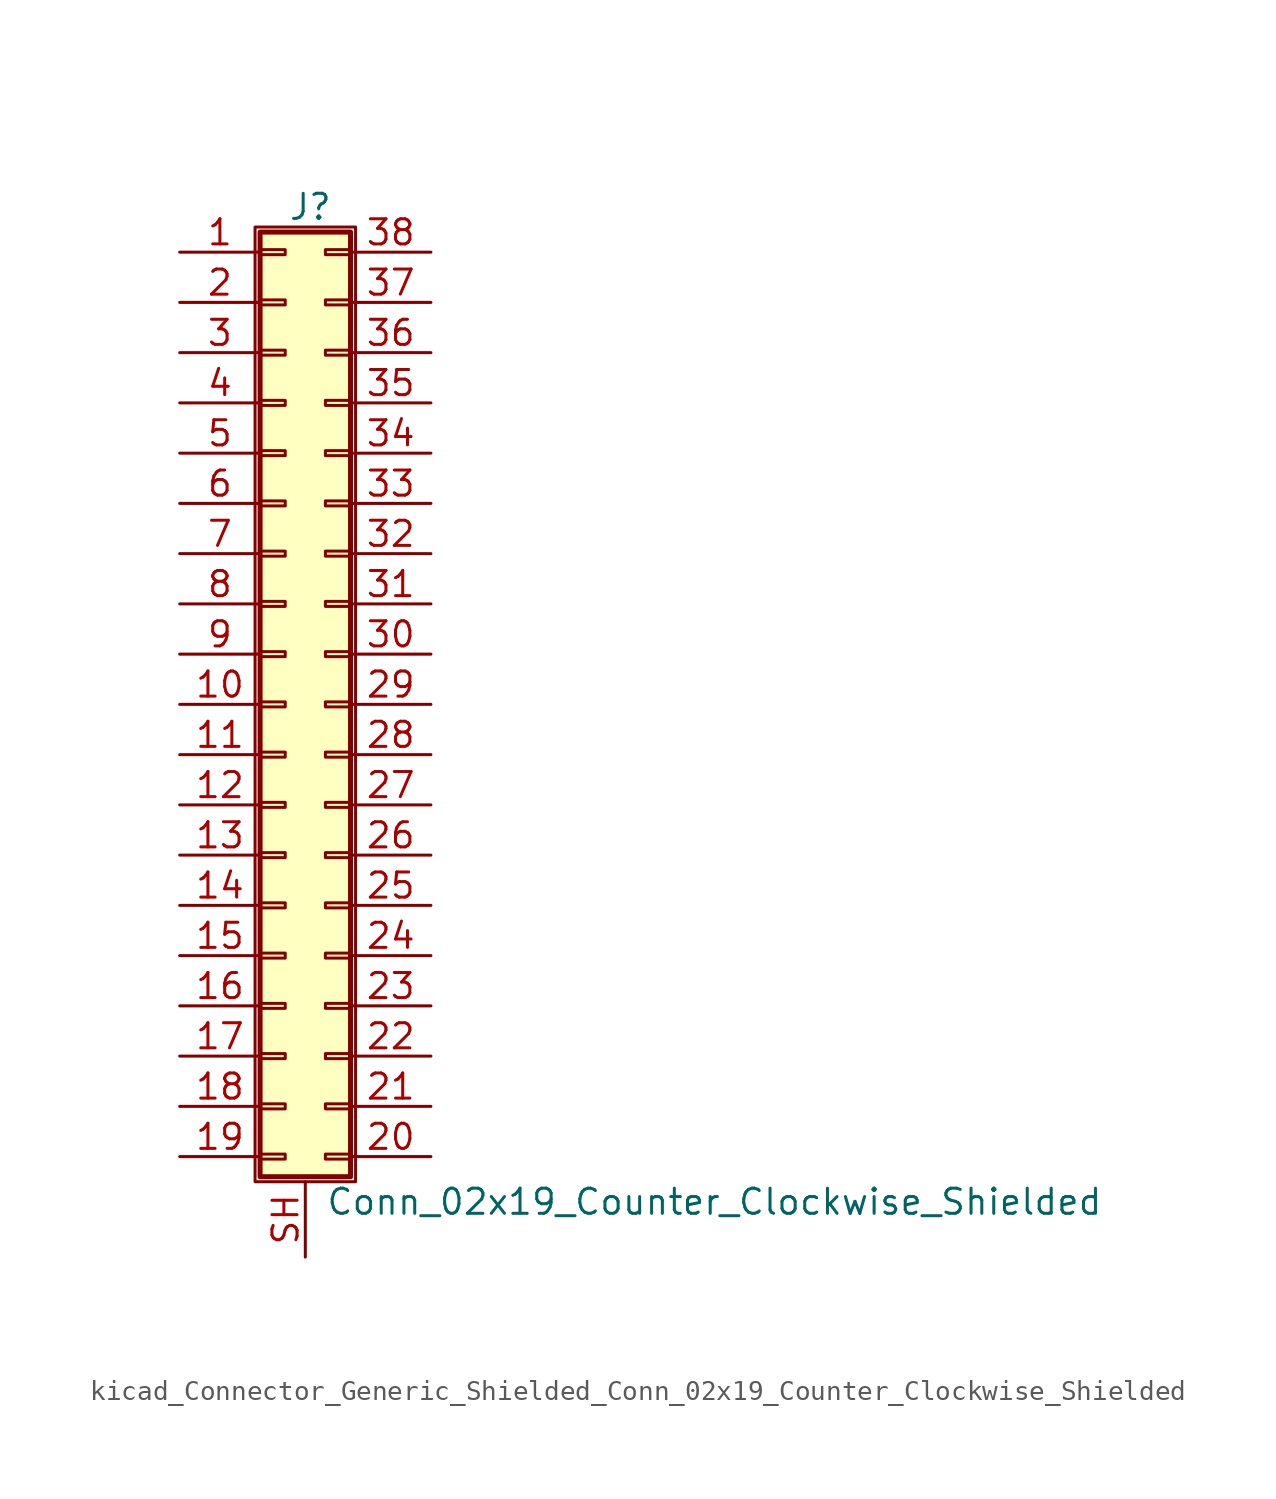
<source format=kicad_sym>
(kicad_symbol_lib
  (version 20220914)
  (generator kicad_symbol_editor)
  (symbol "kicad_Connector_Generic_Shielded_Conn_02x19_Counter_Clockwise_Shielded"
    (pin_names
      (offset 1.016) hide)
    (property "Reference" "J"
      (at 1.524 25.146 0)
      (effects (font (size 1.27 1.27))))
    (property "Value" "Conn_02x19_Counter_Clockwise_Shielded"
      (at 2.286 -25.146 0)
      (effects (font (size 1.27 1.27)) (justify left)))
    (symbol "kicad_Connector_Generic_Shielded_Conn_02x19_Counter_Clockwise_Shielded_1_1"
      (rectangle (start -1.27 24.13) (end 3.81 -24.13) (stroke (width 0.152) (type default)) (fill (type none)))
      (rectangle (start -1.016 -22.733) (end 0.254 -22.987) (stroke (width 0.152) (type default)) (fill (type none)))
      (rectangle (start -1.016 -20.193) (end 0.254 -20.447) (stroke (width 0.152) (type default)) (fill (type none)))
      (rectangle (start -1.016 -17.653) (end 0.254 -17.907) (stroke (width 0.152) (type default)) (fill (type none)))
      (rectangle (start -1.016 -15.113) (end 0.254 -15.367) (stroke (width 0.152) (type default)) (fill (type none)))
      (rectangle (start -1.016 -12.573) (end 0.254 -12.827) (stroke (width 0.152) (type default)) (fill (type none)))
      (rectangle (start -1.016 -10.033) (end 0.254 -10.287) (stroke (width 0.152) (type default)) (fill (type none)))
      (rectangle (start -1.016 -7.493) (end 0.254 -7.747) (stroke (width 0.152) (type default)) (fill (type none)))
      (rectangle (start -1.016 -4.953) (end 0.254 -5.207) (stroke (width 0.152) (type default)) (fill (type none)))
      (rectangle (start -1.016 -2.413) (end 0.254 -2.667) (stroke (width 0.152) (type default)) (fill (type none)))
      (rectangle (start -1.016 0.127) (end 0.254 -0.127) (stroke (width 0.152) (type default)) (fill (type none)))
      (rectangle (start -1.016 2.667) (end 0.254 2.413) (stroke (width 0.152) (type default)) (fill (type none)))
      (rectangle (start -1.016 5.207) (end 0.254 4.953) (stroke (width 0.152) (type default)) (fill (type none)))
      (rectangle (start -1.016 7.747) (end 0.254 7.493) (stroke (width 0.152) (type default)) (fill (type none)))
      (rectangle (start -1.016 10.287) (end 0.254 10.033) (stroke (width 0.152) (type default)) (fill (type none)))
      (rectangle (start -1.016 12.827) (end 0.254 12.573) (stroke (width 0.152) (type default)) (fill (type none)))
      (rectangle (start -1.016 15.367) (end 0.254 15.113) (stroke (width 0.152) (type default)) (fill (type none)))
      (rectangle (start -1.016 17.907) (end 0.254 17.653) (stroke (width 0.152) (type default)) (fill (type none)))
      (rectangle (start -1.016 20.447) (end 0.254 20.193) (stroke (width 0.152) (type default)) (fill (type none)))
      (rectangle (start -1.016 22.987) (end 0.254 22.733) (stroke (width 0.152) (type default)) (fill (type none)))
      (rectangle (start -1.016 23.876) (end 3.556 -23.876) (stroke (width 0.254) (type default)) (fill (type background)))
      (rectangle (start 3.556 -22.733) (end 2.286 -22.987) (stroke (width 0.152) (type default)) (fill (type none)))
      (rectangle (start 3.556 -20.193) (end 2.286 -20.447) (stroke (width 0.152) (type default)) (fill (type none)))
      (rectangle (start 3.556 -17.653) (end 2.286 -17.907) (stroke (width 0.152) (type default)) (fill (type none)))
      (rectangle (start 3.556 -15.113) (end 2.286 -15.367) (stroke (width 0.152) (type default)) (fill (type none)))
      (rectangle (start 3.556 -12.573) (end 2.286 -12.827) (stroke (width 0.152) (type default)) (fill (type none)))
      (rectangle (start 3.556 -10.033) (end 2.286 -10.287) (stroke (width 0.152) (type default)) (fill (type none)))
      (rectangle (start 3.556 -7.493) (end 2.286 -7.747) (stroke (width 0.152) (type default)) (fill (type none)))
      (rectangle (start 3.556 -4.953) (end 2.286 -5.207) (stroke (width 0.152) (type default)) (fill (type none)))
      (rectangle (start 3.556 -2.413) (end 2.286 -2.667) (stroke (width 0.152) (type default)) (fill (type none)))
      (rectangle (start 3.556 0.127) (end 2.286 -0.127) (stroke (width 0.152) (type default)) (fill (type none)))
      (rectangle (start 3.556 2.667) (end 2.286 2.413) (stroke (width 0.152) (type default)) (fill (type none)))
      (rectangle (start 3.556 5.207) (end 2.286 4.953) (stroke (width 0.152) (type default)) (fill (type none)))
      (rectangle (start 3.556 7.747) (end 2.286 7.493) (stroke (width 0.152) (type default)) (fill (type none)))
      (rectangle (start 3.556 10.287) (end 2.286 10.033) (stroke (width 0.152) (type default)) (fill (type none)))
      (rectangle (start 3.556 12.827) (end 2.286 12.573) (stroke (width 0.152) (type default)) (fill (type none)))
      (rectangle (start 3.556 15.367) (end 2.286 15.113) (stroke (width 0.152) (type default)) (fill (type none)))
      (rectangle (start 3.556 17.907) (end 2.286 17.653) (stroke (width 0.152) (type default)) (fill (type none)))
      (rectangle (start 3.556 20.447) (end 2.286 20.193) (stroke (width 0.152) (type default)) (fill (type none)))
      (rectangle (start 3.556 22.987) (end 2.286 22.733) (stroke (width 0.152) (type default)) (fill (type none)))
      (pin passive line (at -5.08 22.86 0) (length 4.064) (name "Pin_1" (effects (font (size 1.27 1.27)))) (number "1" (effects (font (size 1.27 1.27)))))
      (pin passive line (at -5.08 0 0) (length 4.064) (name "Pin_10" (effects (font (size 1.27 1.27)))) (number "10" (effects (font (size 1.27 1.27)))))
      (pin passive line (at -5.08 -2.54 0) (length 4.064) (name "Pin_11" (effects (font (size 1.27 1.27)))) (number "11" (effects (font (size 1.27 1.27)))))
      (pin passive line (at -5.08 -5.08 0) (length 4.064) (name "Pin_12" (effects (font (size 1.27 1.27)))) (number "12" (effects (font (size 1.27 1.27)))))
      (pin passive line (at -5.08 -7.62 0) (length 4.064) (name "Pin_13" (effects (font (size 1.27 1.27)))) (number "13" (effects (font (size 1.27 1.27)))))
      (pin passive line (at -5.08 -10.16 0) (length 4.064) (name "Pin_14" (effects (font (size 1.27 1.27)))) (number "14" (effects (font (size 1.27 1.27)))))
      (pin passive line (at -5.08 -12.7 0) (length 4.064) (name "Pin_15" (effects (font (size 1.27 1.27)))) (number "15" (effects (font (size 1.27 1.27)))))
      (pin passive line (at -5.08 -15.24 0) (length 4.064) (name "Pin_16" (effects (font (size 1.27 1.27)))) (number "16" (effects (font (size 1.27 1.27)))))
      (pin passive line (at -5.08 -17.78 0) (length 4.064) (name "Pin_17" (effects (font (size 1.27 1.27)))) (number "17" (effects (font (size 1.27 1.27)))))
      (pin passive line (at -5.08 -20.32 0) (length 4.064) (name "Pin_18" (effects (font (size 1.27 1.27)))) (number "18" (effects (font (size 1.27 1.27)))))
      (pin passive line (at -5.08 -22.86 0) (length 4.064) (name "Pin_19" (effects (font (size 1.27 1.27)))) (number "19" (effects (font (size 1.27 1.27)))))
      (pin passive line (at -5.08 20.32 0) (length 4.064) (name "Pin_2" (effects (font (size 1.27 1.27)))) (number "2" (effects (font (size 1.27 1.27)))))
      (pin passive line (at 7.62 -22.86 180) (length 4.064) (name "Pin_20" (effects (font (size 1.27 1.27)))) (number "20" (effects (font (size 1.27 1.27)))))
      (pin passive line (at 7.62 -20.32 180) (length 4.064) (name "Pin_21" (effects (font (size 1.27 1.27)))) (number "21" (effects (font (size 1.27 1.27)))))
      (pin passive line (at 7.62 -17.78 180) (length 4.064) (name "Pin_22" (effects (font (size 1.27 1.27)))) (number "22" (effects (font (size 1.27 1.27)))))
      (pin passive line (at 7.62 -15.24 180) (length 4.064) (name "Pin_23" (effects (font (size 1.27 1.27)))) (number "23" (effects (font (size 1.27 1.27)))))
      (pin passive line (at 7.62 -12.7 180) (length 4.064) (name "Pin_24" (effects (font (size 1.27 1.27)))) (number "24" (effects (font (size 1.27 1.27)))))
      (pin passive line (at 7.62 -10.16 180) (length 4.064) (name "Pin_25" (effects (font (size 1.27 1.27)))) (number "25" (effects (font (size 1.27 1.27)))))
      (pin passive line (at 7.62 -7.62 180) (length 4.064) (name "Pin_26" (effects (font (size 1.27 1.27)))) (number "26" (effects (font (size 1.27 1.27)))))
      (pin passive line (at 7.62 -5.08 180) (length 4.064) (name "Pin_27" (effects (font (size 1.27 1.27)))) (number "27" (effects (font (size 1.27 1.27)))))
      (pin passive line (at 7.62 -2.54 180) (length 4.064) (name "Pin_28" (effects (font (size 1.27 1.27)))) (number "28" (effects (font (size 1.27 1.27)))))
      (pin passive line (at 7.62 0 180) (length 4.064) (name "Pin_29" (effects (font (size 1.27 1.27)))) (number "29" (effects (font (size 1.27 1.27)))))
      (pin passive line (at -5.08 17.78 0) (length 4.064) (name "Pin_3" (effects (font (size 1.27 1.27)))) (number "3" (effects (font (size 1.27 1.27)))))
      (pin passive line (at 7.62 2.54 180) (length 4.064) (name "Pin_30" (effects (font (size 1.27 1.27)))) (number "30" (effects (font (size 1.27 1.27)))))
      (pin passive line (at 7.62 5.08 180) (length 4.064) (name "Pin_31" (effects (font (size 1.27 1.27)))) (number "31" (effects (font (size 1.27 1.27)))))
      (pin passive line (at 7.62 7.62 180) (length 4.064) (name "Pin_32" (effects (font (size 1.27 1.27)))) (number "32" (effects (font (size 1.27 1.27)))))
      (pin passive line (at 7.62 10.16 180) (length 4.064) (name "Pin_33" (effects (font (size 1.27 1.27)))) (number "33" (effects (font (size 1.27 1.27)))))
      (pin passive line (at 7.62 12.7 180) (length 4.064) (name "Pin_34" (effects (font (size 1.27 1.27)))) (number "34" (effects (font (size 1.27 1.27)))))
      (pin passive line (at 7.62 15.24 180) (length 4.064) (name "Pin_35" (effects (font (size 1.27 1.27)))) (number "35" (effects (font (size 1.27 1.27)))))
      (pin passive line (at 7.62 17.78 180) (length 4.064) (name "Pin_36" (effects (font (size 1.27 1.27)))) (number "36" (effects (font (size 1.27 1.27)))))
      (pin passive line (at 7.62 20.32 180) (length 4.064) (name "Pin_37" (effects (font (size 1.27 1.27)))) (number "37" (effects (font (size 1.27 1.27)))))
      (pin passive line (at 7.62 22.86 180) (length 4.064) (name "Pin_38" (effects (font (size 1.27 1.27)))) (number "38" (effects (font (size 1.27 1.27)))))
      (pin passive line (at -5.08 15.24 0) (length 4.064) (name "Pin_4" (effects (font (size 1.27 1.27)))) (number "4" (effects (font (size 1.27 1.27)))))
      (pin passive line (at -5.08 12.7 0) (length 4.064) (name "Pin_5" (effects (font (size 1.27 1.27)))) (number "5" (effects (font (size 1.27 1.27)))))
      (pin passive line (at -5.08 10.16 0) (length 4.064) (name "Pin_6" (effects (font (size 1.27 1.27)))) (number "6" (effects (font (size 1.27 1.27)))))
      (pin passive line (at -5.08 7.62 0) (length 4.064) (name "Pin_7" (effects (font (size 1.27 1.27)))) (number "7" (effects (font (size 1.27 1.27)))))
      (pin passive line (at -5.08 5.08 0) (length 4.064) (name "Pin_8" (effects (font (size 1.27 1.27)))) (number "8" (effects (font (size 1.27 1.27)))))
      (pin passive line (at -5.08 2.54 0) (length 4.064) (name "Pin_9" (effects (font (size 1.27 1.27)))) (number "9" (effects (font (size 1.27 1.27)))))
      (pin passive line (at 1.27 -27.94 90) (length 3.81) (name "Shield" (effects (font (size 1.27 1.27)))) (number "SH" (effects (font (size 1.27 1.27))))))))
</source>
